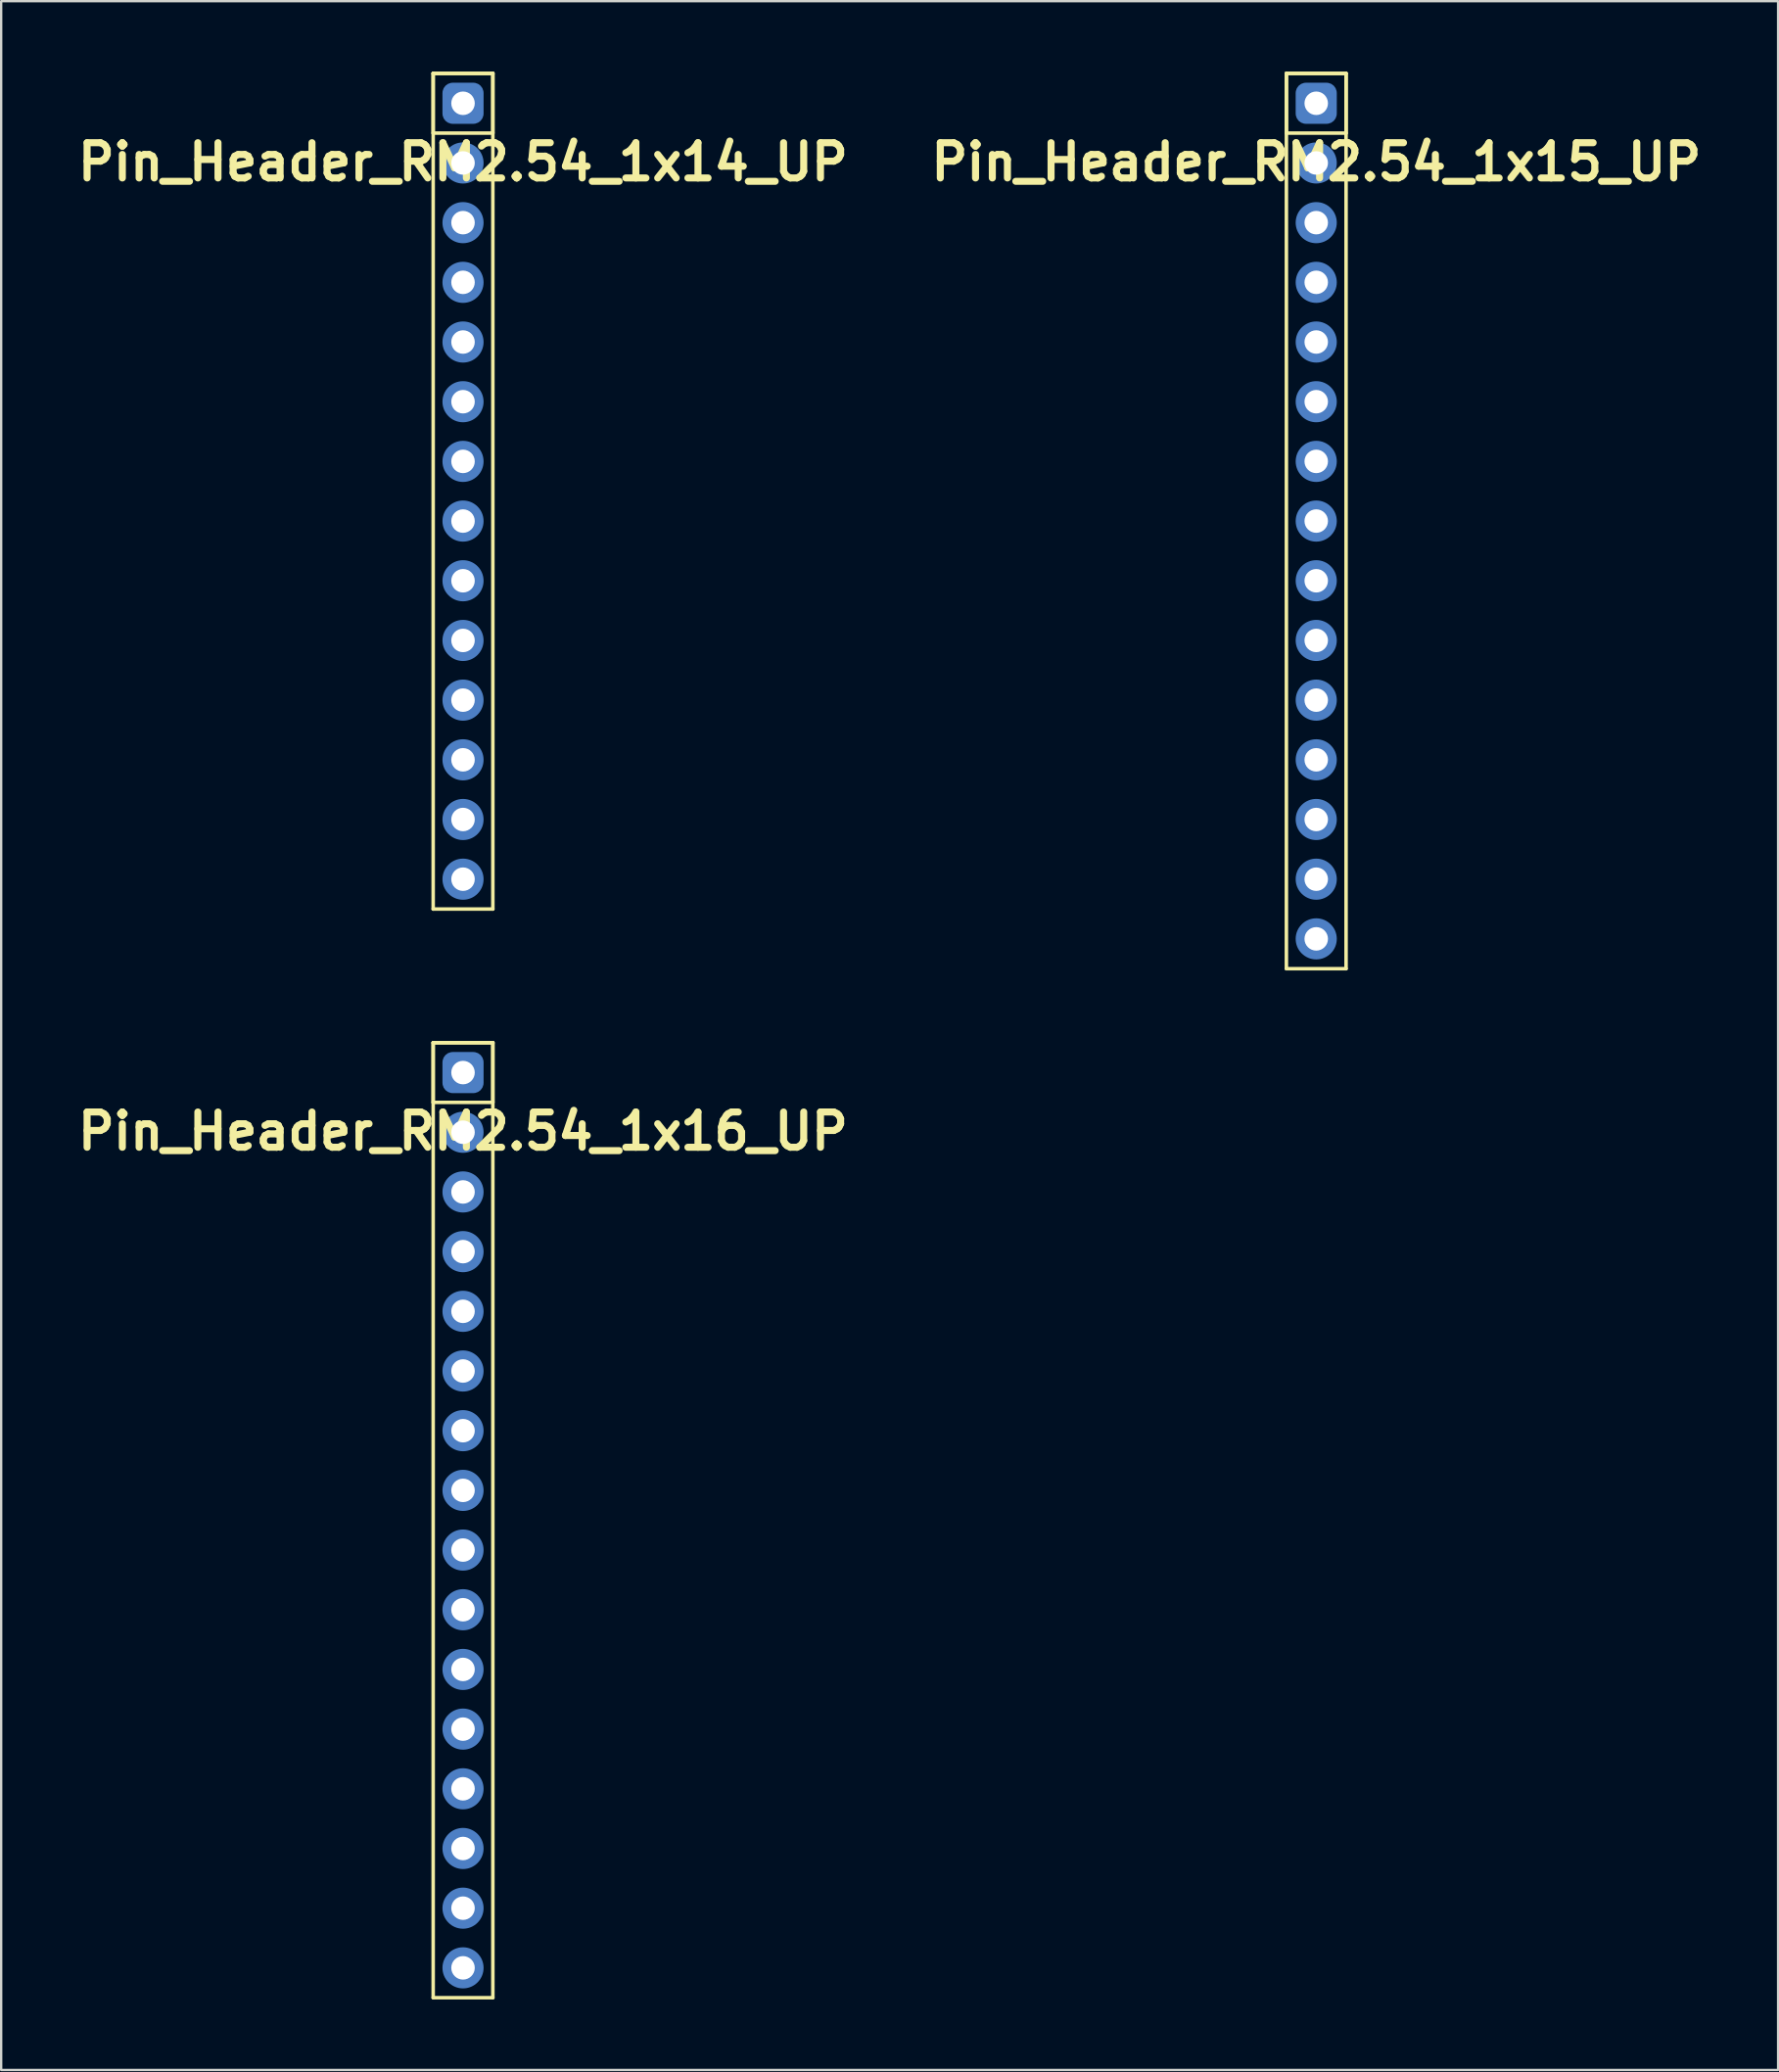
<source format=kicad_pcb>
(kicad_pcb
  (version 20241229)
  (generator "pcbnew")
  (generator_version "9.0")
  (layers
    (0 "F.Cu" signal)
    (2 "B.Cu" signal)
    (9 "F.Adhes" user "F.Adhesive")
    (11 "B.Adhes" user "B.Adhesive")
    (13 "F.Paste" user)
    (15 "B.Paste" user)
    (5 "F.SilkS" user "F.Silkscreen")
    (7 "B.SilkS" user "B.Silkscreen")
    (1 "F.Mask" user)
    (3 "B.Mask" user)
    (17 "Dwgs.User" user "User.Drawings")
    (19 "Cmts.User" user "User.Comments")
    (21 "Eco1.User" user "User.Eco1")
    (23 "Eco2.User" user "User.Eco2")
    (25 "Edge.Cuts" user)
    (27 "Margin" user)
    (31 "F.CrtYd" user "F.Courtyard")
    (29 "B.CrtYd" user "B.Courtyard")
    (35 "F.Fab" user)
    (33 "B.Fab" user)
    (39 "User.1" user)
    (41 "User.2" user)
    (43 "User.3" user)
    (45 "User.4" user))
  (footprint "Pin_Header_RM2.54_1x14_UP"
    (layer "F.Cu")
    (at 16.657 1.345)
    (property "Reference" "Pin_Header_RM2.54_1x14_UP" (at 0 2.5 0) (layer "F.SilkS") (effects (font (size 1.5 1.5) (thickness 0.3))))
    (attr through_hole)
    (fp_line (start -1.27 -1.27) (end 1.27 -1.27) (stroke (width 0.15) (type solid)) (layer "F.SilkS"))
    (fp_line (start -1.27 -1.27) (end 1.27 -1.27) (stroke (width 0.15) (type solid)) (layer "F.SilkS"))
    (fp_line (start -1.27 1.27) (end -1.27 -1.27) (stroke (width 0.15) (type solid)) (layer "F.SilkS"))
    (fp_line (start -1.27 34.29) (end -1.27 -1.27) (stroke (width 0.15) (type solid)) (layer "F.SilkS"))
    (fp_line (start 1.27 -1.27) (end 1.27 1.27) (stroke (width 0.15) (type solid)) (layer "F.SilkS"))
    (fp_line (start 1.27 -1.27) (end 1.27 34.29) (stroke (width 0.15) (type solid)) (layer "F.SilkS"))
    (fp_line (start 1.27 1.27) (end -1.27 1.27) (stroke (width 0.15) (type solid)) (layer "F.SilkS"))
    (fp_line (start 1.27 34.29) (end -1.27 34.29) (stroke (width 0.15) (type solid)) (layer "F.SilkS"))
    (pad "1" thru_hole circle (at 0 0) (size 1.3 1.3) (drill 1) (layers "*.Cu" "*.Mask"))
    (pad "1" smd roundrect (at 0 0) (size 1.75 1.75) (layers "B.Cu" "B.Mask") (roundrect_rratio 0.25))
    (pad "2" thru_hole circle (at 0 2.54) (size 1.3 1.3) (drill 1) (layers "*.Cu" "*.Mask"))
    (pad "2" smd circle (at 0 2.54) (size 1.75 1.75) (layers "B.Cu" "B.Mask"))
    (pad "3" thru_hole circle (at 0 5.08) (size 1.3 1.3) (drill 1) (layers "*.Cu" "*.Mask"))
    (pad "3" smd circle (at 0 5.08) (size 1.75 1.75) (layers "B.Cu" "B.Mask"))
    (pad "4" thru_hole circle (at 0 7.62) (size 1.3 1.3) (drill 1) (layers "*.Cu" "*.Mask"))
    (pad "4" smd circle (at 0 7.62) (size 1.75 1.75) (layers "B.Cu" "B.Mask"))
    (pad "5" thru_hole circle (at 0 10.16) (size 1.3 1.3) (drill 1) (layers "*.Cu" "*.Mask"))
    (pad "5" smd circle (at 0 10.16) (size 1.75 1.75) (layers "B.Cu" "B.Mask"))
    (pad "6" thru_hole circle (at 0 12.7) (size 1.3 1.3) (drill 1) (layers "*.Cu" "*.Mask"))
    (pad "6" smd circle (at 0 12.7) (size 1.75 1.75) (layers "B.Cu" "B.Mask"))
    (pad "7" thru_hole circle (at 0 15.24) (size 1.3 1.3) (drill 1) (layers "*.Cu" "*.Mask"))
    (pad "7" smd circle (at 0 15.24) (size 1.75 1.75) (layers "B.Cu" "B.Mask"))
    (pad "8" thru_hole circle (at 0 17.78) (size 1.3 1.3) (drill 1) (layers "*.Cu" "*.Mask"))
    (pad "8" smd circle (at 0 17.78) (size 1.75 1.75) (layers "B.Cu" "B.Mask"))
    (pad "9" thru_hole circle (at 0 20.32) (size 1.3 1.3) (drill 1) (layers "*.Cu" "*.Mask"))
    (pad "9" smd circle (at 0 20.32) (size 1.75 1.75) (layers "B.Cu" "B.Mask"))
    (pad "10" thru_hole circle (at 0 22.86) (size 1.3 1.3) (drill 1) (layers "*.Cu" "*.Mask"))
    (pad "10" smd circle (at 0 22.86) (size 1.75 1.75) (layers "B.Cu" "B.Mask"))
    (pad "11" thru_hole circle (at 0 25.4) (size 1.3 1.3) (drill 1) (layers "*.Cu" "*.Mask"))
    (pad "11" smd circle (at 0 25.4) (size 1.75 1.75) (layers "B.Cu" "B.Mask"))
    (pad "12" thru_hole circle (at 0 27.94) (size 1.3 1.3) (drill 1) (layers "*.Cu" "*.Mask"))
    (pad "12" smd circle (at 0 27.94) (size 1.75 1.75) (layers "B.Cu" "B.Mask"))
    (pad "13" thru_hole circle (at 0 30.48) (size 1.3 1.3) (drill 1) (layers "*.Cu" "*.Mask"))
    (pad "13" smd circle (at 0 30.48) (size 1.75 1.75) (layers "B.Cu" "B.Mask"))
    (pad "14" thru_hole circle (at 0 33.02) (size 1.3 1.3) (drill 1) (layers "*.Cu" "*.Mask"))
    (pad "14" smd circle (at 0 33.02) (size 1.75 1.75) (layers "B.Cu" "B.Mask")))
  (footprint "Pin_Header_RM2.54_1x16_UP"
    (layer "F.Cu")
    (at 16.657 42.595)
    (property "Reference" "Pin_Header_RM2.54_1x16_UP" (at 0 2.5 0) (layer "F.SilkS") (effects (font (size 1.5 1.5) (thickness 0.3))))
    (attr through_hole)
    (fp_line (start -1.27 -1.27) (end 1.27 -1.27) (stroke (width 0.15) (type solid)) (layer "F.SilkS"))
    (fp_line (start -1.27 -1.27) (end 1.27 -1.27) (stroke (width 0.15) (type solid)) (layer "F.SilkS"))
    (fp_line (start -1.27 1.27) (end -1.27 -1.27) (stroke (width 0.15) (type solid)) (layer "F.SilkS"))
    (fp_line (start -1.27 39.37) (end -1.27 -1.27) (stroke (width 0.15) (type solid)) (layer "F.SilkS"))
    (fp_line (start 1.27 -1.27) (end 1.27 1.27) (stroke (width 0.15) (type solid)) (layer "F.SilkS"))
    (fp_line (start 1.27 -1.27) (end 1.27 39.37) (stroke (width 0.15) (type solid)) (layer "F.SilkS"))
    (fp_line (start 1.27 1.27) (end -1.27 1.27) (stroke (width 0.15) (type solid)) (layer "F.SilkS"))
    (fp_line (start 1.27 39.37) (end -1.27 39.37) (stroke (width 0.15) (type solid)) (layer "F.SilkS"))
    (pad "1" thru_hole circle (at 0 0) (size 1.3 1.3) (drill 1) (layers "*.Cu" "*.Mask"))
    (pad "1" smd roundrect (at 0 0) (size 1.5 1.5) (layers "F.Cu" "F.Mask") (roundrect_rratio 0.25))
    (pad "1" smd roundrect (at 0 0) (size 1.75 1.75) (layers "B.Cu" "B.Mask") (roundrect_rratio 0.25))
    (pad "2" thru_hole circle (at 0 2.54) (size 1.3 1.3) (drill 1) (layers "*.Cu" "*.Mask"))
    (pad "2" smd circle (at 0 2.54) (size 1.5 1.5) (layers "F.Cu" "F.Mask"))
    (pad "2" smd circle (at 0 2.54) (size 1.75 1.75) (layers "B.Cu" "B.Mask"))
    (pad "3" thru_hole circle (at 0 5.08) (size 1.3 1.3) (drill 1) (layers "*.Cu" "*.Mask"))
    (pad "3" smd circle (at 0 5.08) (size 1.5 1.5) (layers "F.Cu" "F.Mask"))
    (pad "3" smd circle (at 0 5.08) (size 1.75 1.75) (layers "B.Cu" "B.Mask"))
    (pad "4" thru_hole circle (at 0 7.62) (size 1.3 1.3) (drill 1) (layers "*.Cu" "*.Mask"))
    (pad "4" smd circle (at 0 7.62) (size 1.5 1.5) (layers "F.Cu" "F.Mask"))
    (pad "4" smd circle (at 0 7.62) (size 1.75 1.75) (layers "B.Cu" "B.Mask"))
    (pad "5" thru_hole circle (at 0 10.16) (size 1.3 1.3) (drill 1) (layers "*.Cu" "*.Mask"))
    (pad "5" smd circle (at 0 10.16) (size 1.5 1.5) (layers "F.Cu" "F.Mask"))
    (pad "5" smd circle (at 0 10.16) (size 1.75 1.75) (layers "B.Cu" "B.Mask"))
    (pad "6" thru_hole circle (at 0 12.7) (size 1.3 1.3) (drill 1) (layers "*.Cu" "*.Mask"))
    (pad "6" smd circle (at 0 12.7) (size 1.5 1.5) (layers "F.Cu" "F.Mask"))
    (pad "6" smd circle (at 0 12.7) (size 1.75 1.75) (layers "B.Cu" "B.Mask"))
    (pad "7" thru_hole circle (at 0 15.24) (size 1.3 1.3) (drill 1) (layers "*.Cu" "*.Mask"))
    (pad "7" smd circle (at 0 15.24) (size 1.5 1.5) (layers "F.Cu" "F.Mask"))
    (pad "7" smd circle (at 0 15.24) (size 1.75 1.75) (layers "B.Cu" "B.Mask"))
    (pad "8" thru_hole circle (at 0 17.78) (size 1.3 1.3) (drill 1) (layers "*.Cu" "*.Mask"))
    (pad "8" smd circle (at 0 17.78) (size 1.5 1.5) (layers "F.Cu" "F.Mask"))
    (pad "8" smd circle (at 0 17.78) (size 1.75 1.75) (layers "B.Cu" "B.Mask"))
    (pad "9" thru_hole circle (at 0 20.32) (size 1.3 1.3) (drill 1) (layers "*.Cu" "*.Mask"))
    (pad "9" smd circle (at 0 20.32) (size 1.5 1.5) (layers "F.Cu" "F.Mask"))
    (pad "9" smd circle (at 0 20.32) (size 1.75 1.75) (layers "B.Cu" "B.Mask"))
    (pad "10" thru_hole circle (at 0 22.86) (size 1.3 1.3) (drill 1) (layers "*.Cu" "*.Mask"))
    (pad "10" smd circle (at 0 22.86) (size 1.5 1.5) (layers "F.Cu" "F.Mask"))
    (pad "10" smd circle (at 0 22.86) (size 1.75 1.75) (layers "B.Cu" "B.Mask"))
    (pad "11" thru_hole circle (at 0 25.4) (size 1.3 1.3) (drill 1) (layers "*.Cu" "*.Mask"))
    (pad "11" smd circle (at 0 25.4) (size 1.5 1.5) (layers "F.Cu" "F.Mask"))
    (pad "11" smd circle (at 0 25.4) (size 1.75 1.75) (layers "B.Cu" "B.Mask"))
    (pad "12" thru_hole circle (at 0 27.94) (size 1.3 1.3) (drill 1) (layers "*.Cu" "*.Mask"))
    (pad "12" smd circle (at 0 27.94) (size 1.5 1.5) (layers "F.Cu" "F.Mask"))
    (pad "12" smd circle (at 0 27.94) (size 1.75 1.75) (layers "B.Cu" "B.Mask"))
    (pad "13" thru_hole circle (at 0 30.48) (size 1.3 1.3) (drill 1) (layers "*.Cu" "*.Mask"))
    (pad "13" smd circle (at 0 30.48) (size 1.5 1.5) (layers "F.Cu" "F.Mask"))
    (pad "13" smd circle (at 0 30.48) (size 1.75 1.75) (layers "B.Cu" "B.Mask"))
    (pad "14" thru_hole circle (at 0 33.02) (size 1.3 1.3) (drill 1) (layers "*.Cu" "*.Mask"))
    (pad "14" smd circle (at 0 33.02) (size 1.5 1.5) (layers "F.Cu" "F.Mask"))
    (pad "14" smd circle (at 0 33.02) (size 1.75 1.75) (layers "B.Cu" "B.Mask"))
    (pad "15" thru_hole circle (at 0 35.56) (size 1.3 1.3) (drill 1) (layers "*.Cu" "*.Mask"))
    (pad "15" smd circle (at 0 35.56) (size 1.5 1.5) (layers "F.Cu" "F.Mask"))
    (pad "15" smd circle (at 0 35.56) (size 1.75 1.75) (layers "B.Cu" "B.Mask"))
    (pad "16" thru_hole circle (at 0 38.1) (size 1.3 1.3) (drill 1) (layers "*.Cu" "*.Mask"))
    (pad "16" smd circle (at 0 38.1) (size 1.5 1.5) (layers "F.Cu" "F.Mask"))
    (pad "16" smd circle (at 0 38.1) (size 1.75 1.75) (layers "B.Cu" "B.Mask")))
  (footprint "Pin_Header_RM2.54_1x15_UP"
    (layer "F.Cu")
    (at 52.971 1.345)
    (property "Reference" "Pin_Header_RM2.54_1x15_UP" (at 0 2.5 0) (layer "F.SilkS") (effects (font (size 1.5 1.5) (thickness 0.3))))
    (attr through_hole)
    (fp_line (start -1.27 -1.27) (end 1.27 -1.27) (stroke (width 0.15) (type solid)) (layer "F.SilkS"))
    (fp_line (start -1.27 -1.27) (end 1.27 -1.27) (stroke (width 0.15) (type solid)) (layer "F.SilkS"))
    (fp_line (start -1.27 1.27) (end -1.27 -1.27) (stroke (width 0.15) (type solid)) (layer "F.SilkS"))
    (fp_line (start -1.27 36.83) (end -1.27 -1.27) (stroke (width 0.15) (type solid)) (layer "F.SilkS"))
    (fp_line (start 1.27 -1.27) (end 1.27 1.27) (stroke (width 0.15) (type solid)) (layer "F.SilkS"))
    (fp_line (start 1.27 -1.27) (end 1.27 36.83) (stroke (width 0.15) (type solid)) (layer "F.SilkS"))
    (fp_line (start 1.27 1.27) (end -1.27 1.27) (stroke (width 0.15) (type solid)) (layer "F.SilkS"))
    (fp_line (start 1.27 36.83) (end -1.27 36.83) (stroke (width 0.15) (type solid)) (layer "F.SilkS"))
    (pad "1" thru_hole circle (at 0 0) (size 1.3 1.3) (drill 1) (layers "*.Cu" "*.Mask"))
    (pad "1" smd roundrect (at 0 0) (size 1.5 1.5) (layers "F.Cu" "F.Mask") (roundrect_rratio 0.25))
    (pad "1" smd roundrect (at 0 0) (size 1.75 1.75) (layers "B.Cu" "B.Mask") (roundrect_rratio 0.25))
    (pad "2" thru_hole circle (at 0 2.54) (size 1.3 1.3) (drill 1) (layers "*.Cu" "*.Mask"))
    (pad "2" smd circle (at 0 2.54) (size 1.5 1.5) (layers "F.Cu" "F.Mask"))
    (pad "2" smd circle (at 0 2.54) (size 1.75 1.75) (layers "B.Cu" "B.Mask"))
    (pad "3" thru_hole circle (at 0 5.08) (size 1.3 1.3) (drill 1) (layers "*.Cu" "*.Mask"))
    (pad "3" smd circle (at 0 5.08) (size 1.5 1.5) (layers "F.Cu" "F.Mask"))
    (pad "3" smd circle (at 0 5.08) (size 1.75 1.75) (layers "B.Cu" "B.Mask"))
    (pad "4" thru_hole circle (at 0 7.62) (size 1.3 1.3) (drill 1) (layers "*.Cu" "*.Mask"))
    (pad "4" smd circle (at 0 7.62) (size 1.5 1.5) (layers "F.Cu" "F.Mask"))
    (pad "4" smd circle (at 0 7.62) (size 1.75 1.75) (layers "B.Cu" "B.Mask"))
    (pad "5" thru_hole circle (at 0 10.16) (size 1.3 1.3) (drill 1) (layers "*.Cu" "*.Mask"))
    (pad "5" smd circle (at 0 10.16) (size 1.5 1.5) (layers "F.Cu" "F.Mask"))
    (pad "5" smd circle (at 0 10.16) (size 1.75 1.75) (layers "B.Cu" "B.Mask"))
    (pad "6" thru_hole circle (at 0 12.7) (size 1.3 1.3) (drill 1) (layers "*.Cu" "*.Mask"))
    (pad "6" smd circle (at 0 12.7) (size 1.5 1.5) (layers "F.Cu" "F.Mask"))
    (pad "6" smd circle (at 0 12.7) (size 1.75 1.75) (layers "B.Cu" "B.Mask"))
    (pad "7" thru_hole circle (at 0 15.24) (size 1.3 1.3) (drill 1) (layers "*.Cu" "*.Mask"))
    (pad "7" smd circle (at 0 15.24) (size 1.5 1.5) (layers "F.Cu" "F.Mask"))
    (pad "7" smd circle (at 0 15.24) (size 1.75 1.75) (layers "B.Cu" "B.Mask"))
    (pad "8" thru_hole circle (at 0 17.78) (size 1.3 1.3) (drill 1) (layers "*.Cu" "*.Mask"))
    (pad "8" smd circle (at 0 17.78) (size 1.5 1.5) (layers "F.Cu" "F.Mask"))
    (pad "8" smd circle (at 0 17.78) (size 1.75 1.75) (layers "B.Cu" "B.Mask"))
    (pad "9" thru_hole circle (at 0 20.32) (size 1.3 1.3) (drill 1) (layers "*.Cu" "*.Mask"))
    (pad "9" smd circle (at 0 20.32) (size 1.5 1.5) (layers "F.Cu" "F.Mask"))
    (pad "9" smd circle (at 0 20.32) (size 1.75 1.75) (layers "B.Cu" "B.Mask"))
    (pad "10" thru_hole circle (at 0 22.86) (size 1.3 1.3) (drill 1) (layers "*.Cu" "*.Mask"))
    (pad "10" smd circle (at 0 22.86) (size 1.5 1.5) (layers "F.Cu" "F.Mask"))
    (pad "10" smd circle (at 0 22.86) (size 1.75 1.75) (layers "B.Cu" "B.Mask"))
    (pad "11" thru_hole circle (at 0 25.4) (size 1.3 1.3) (drill 1) (layers "*.Cu" "*.Mask"))
    (pad "11" smd circle (at 0 25.4) (size 1.5 1.5) (layers "F.Cu" "F.Mask"))
    (pad "11" smd circle (at 0 25.4) (size 1.75 1.75) (layers "B.Cu" "B.Mask"))
    (pad "12" thru_hole circle (at 0 27.94) (size 1.3 1.3) (drill 1) (layers "*.Cu" "*.Mask"))
    (pad "12" smd circle (at 0 27.94) (size 1.5 1.5) (layers "F.Cu" "F.Mask"))
    (pad "12" smd circle (at 0 27.94) (size 1.75 1.75) (layers "B.Cu" "B.Mask"))
    (pad "13" thru_hole circle (at 0 30.48) (size 1.3 1.3) (drill 1) (layers "*.Cu" "*.Mask"))
    (pad "13" smd circle (at 0 30.48) (size 1.5 1.5) (layers "F.Cu" "F.Mask"))
    (pad "13" smd circle (at 0 30.48) (size 1.75 1.75) (layers "B.Cu" "B.Mask"))
    (pad "14" thru_hole circle (at 0 33.02) (size 1.3 1.3) (drill 1) (layers "*.Cu" "*.Mask"))
    (pad "14" smd circle (at 0 33.02) (size 1.5 1.5) (layers "F.Cu" "F.Mask"))
    (pad "14" smd circle (at 0 33.02) (size 1.75 1.75) (layers "B.Cu" "B.Mask"))
    (pad "15" thru_hole circle (at 0 35.56) (size 1.3 1.3) (drill 1) (layers "*.Cu" "*.Mask"))
    (pad "15" smd circle (at 0 35.56) (size 1.5 1.5) (layers "F.Cu" "F.Mask"))
    (pad "15" smd circle (at 0 35.56) (size 1.75 1.75) (layers "B.Cu" "B.Mask")))
  (gr_rect
    (start -3 -3)
    (end 72.629 85.04)
    (stroke (width 0.1) (type default))
    (fill no)
    (layer "Edge.Cuts")))
</source>
